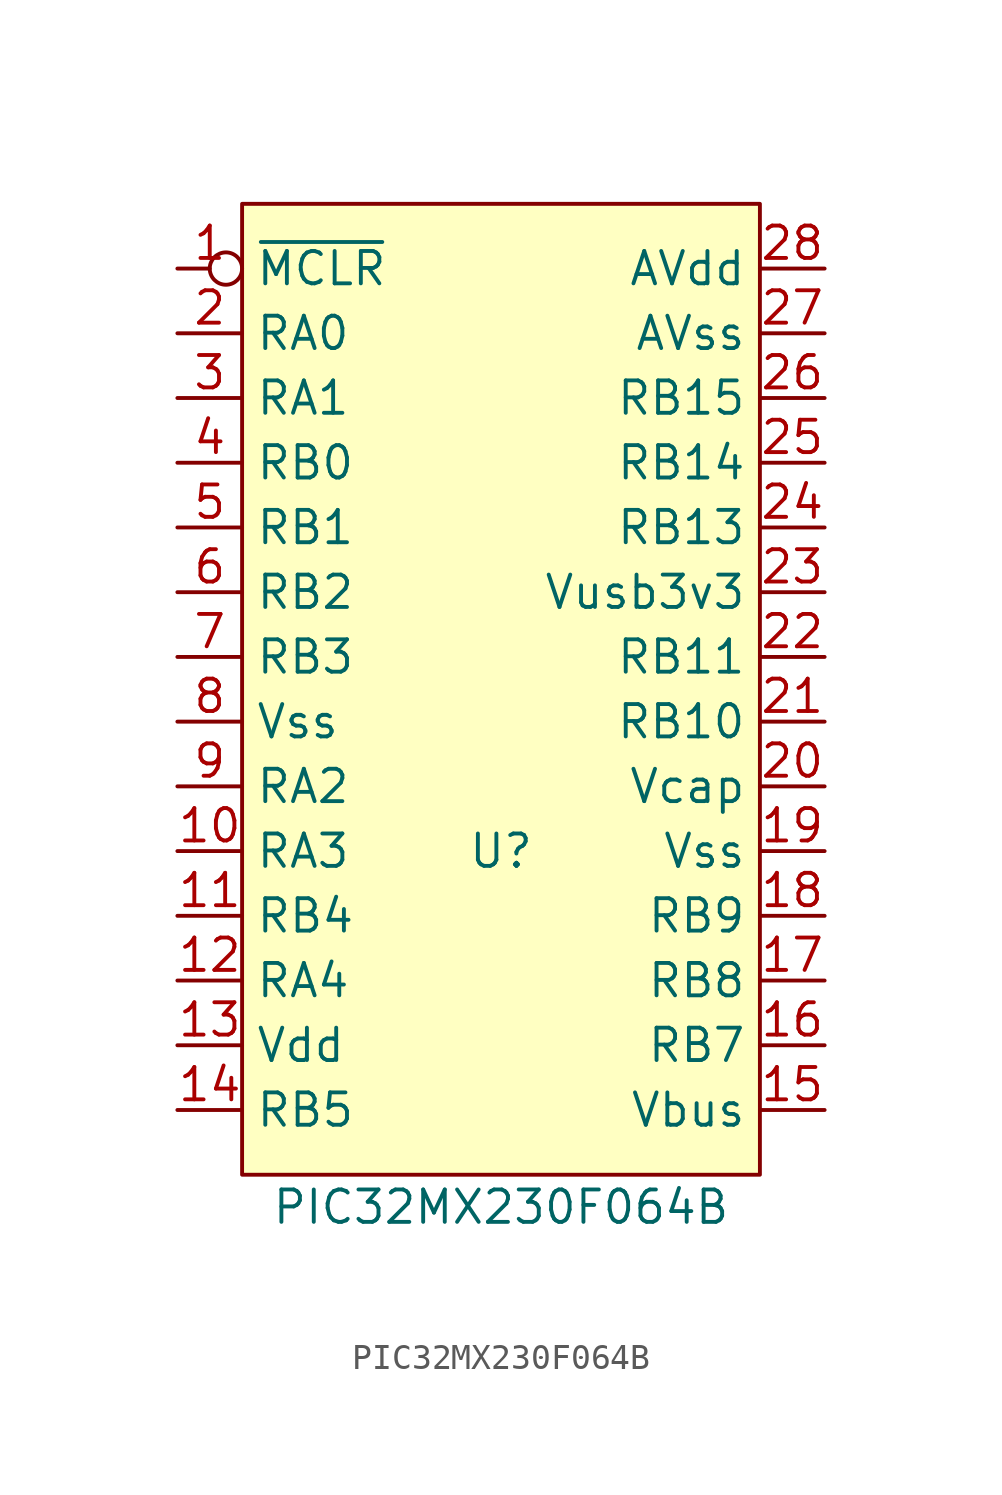
<source format=kicad_sym>
(kicad_symbol_lib
  (version 20211014)
  (generator kicad_symbol_editor)
  (symbol "PIC32MX230F064B"
    (property "Reference" "U"
      (at 0 -6.35 0)
      (effects (font (size 1.27 1.27))))
    (property "Value" "PIC32MX230F064B"
      (at 0 -20.32 0)
      (effects (font (size 1.27 1.27))))
    (symbol "PIC32MX230F064B_0_1"
      (rectangle (start -10.16 19.05) (end 10.16 -19.05) (stroke (width 0) (type default) (color 0 0 0 0)) (fill (type background))))
    (symbol "PIC32MX230F064B_1_1"
      (pin input inverted (at -12.7 16.51 0) (length 2.54) (name "~{MCLR}" (effects (font (size 1.27 1.27)))) (number "1" (effects (font (size 1.27 1.27)))))
      (pin bidirectional line (at -12.7 -6.35 0) (length 2.54) (name "RA3" (effects (font (size 1.27 1.27)))) (number "10" (effects (font (size 1.27 1.27)))))
      (pin bidirectional line (at -12.7 -8.89 0) (length 2.54) (name "RB4" (effects (font (size 1.27 1.27)))) (number "11" (effects (font (size 1.27 1.27)))))
      (pin bidirectional line (at -12.7 -11.43 0) (length 2.54) (name "RA4" (effects (font (size 1.27 1.27)))) (number "12" (effects (font (size 1.27 1.27)))))
      (pin power_in line (at -12.7 -13.97 0) (length 2.54) (name "Vdd" (effects (font (size 1.27 1.27)))) (number "13" (effects (font (size 1.27 1.27)))))
      (pin bidirectional line (at -12.7 -16.51 0) (length 2.54) (name "RB5" (effects (font (size 1.27 1.27)))) (number "14" (effects (font (size 1.27 1.27)))))
      (pin power_in line (at 12.7 -16.51 180) (length 2.54) (name "Vbus" (effects (font (size 1.27 1.27)))) (number "15" (effects (font (size 1.27 1.27)))))
      (pin bidirectional line (at 12.7 -13.97 180) (length 2.54) (name "RB7" (effects (font (size 1.27 1.27)))) (number "16" (effects (font (size 1.27 1.27)))))
      (pin bidirectional line (at 12.7 -11.43 180) (length 2.54) (name "RB8" (effects (font (size 1.27 1.27)))) (number "17" (effects (font (size 1.27 1.27)))))
      (pin bidirectional line (at 12.7 -8.89 180) (length 2.54) (name "RB9" (effects (font (size 1.27 1.27)))) (number "18" (effects (font (size 1.27 1.27)))))
      (pin power_in line (at 12.7 -6.35 180) (length 2.54) (name "Vss" (effects (font (size 1.27 1.27)))) (number "19" (effects (font (size 1.27 1.27)))))
      (pin bidirectional line (at -12.7 13.97 0) (length 2.54) (name "RA0" (effects (font (size 1.27 1.27)))) (number "2" (effects (font (size 1.27 1.27)))))
      (pin power_in line (at 12.7 -3.81 180) (length 2.54) (name "Vcap" (effects (font (size 1.27 1.27)))) (number "20" (effects (font (size 1.27 1.27)))))
      (pin bidirectional line (at 12.7 -1.27 180) (length 2.54) (name "RB10" (effects (font (size 1.27 1.27)))) (number "21" (effects (font (size 1.27 1.27)))))
      (pin bidirectional line (at 12.7 1.27 180) (length 2.54) (name "RB11" (effects (font (size 1.27 1.27)))) (number "22" (effects (font (size 1.27 1.27)))))
      (pin power_in line (at 12.7 3.81 180) (length 2.54) (name "Vusb3v3" (effects (font (size 1.27 1.27)))) (number "23" (effects (font (size 1.27 1.27)))))
      (pin bidirectional line (at 12.7 6.35 180) (length 2.54) (name "RB13" (effects (font (size 1.27 1.27)))) (number "24" (effects (font (size 1.27 1.27)))))
      (pin bidirectional line (at 12.7 8.89 180) (length 2.54) (name "RB14" (effects (font (size 1.27 1.27)))) (number "25" (effects (font (size 1.27 1.27)))))
      (pin bidirectional line (at 12.7 11.43 180) (length 2.54) (name "RB15" (effects (font (size 1.27 1.27)))) (number "26" (effects (font (size 1.27 1.27)))))
      (pin power_in line (at 12.7 13.97 180) (length 2.54) (name "AVss" (effects (font (size 1.27 1.27)))) (number "27" (effects (font (size 1.27 1.27)))))
      (pin power_in line (at 12.7 16.51 180) (length 2.54) (name "AVdd" (effects (font (size 1.27 1.27)))) (number "28" (effects (font (size 1.27 1.27)))))
      (pin bidirectional line (at -12.7 11.43 0) (length 2.54) (name "RA1" (effects (font (size 1.27 1.27)))) (number "3" (effects (font (size 1.27 1.27)))))
      (pin bidirectional line (at -12.7 8.89 0) (length 2.54) (name "RB0" (effects (font (size 1.27 1.27)))) (number "4" (effects (font (size 1.27 1.27)))))
      (pin bidirectional line (at -12.7 6.35 0) (length 2.54) (name "RB1" (effects (font (size 1.27 1.27)))) (number "5" (effects (font (size 1.27 1.27)))))
      (pin bidirectional line (at -12.7 3.81 0) (length 2.54) (name "RB2" (effects (font (size 1.27 1.27)))) (number "6" (effects (font (size 1.27 1.27)))))
      (pin bidirectional line (at -12.7 1.27 0) (length 2.54) (name "RB3" (effects (font (size 1.27 1.27)))) (number "7" (effects (font (size 1.27 1.27)))))
      (pin power_in line (at -12.7 -1.27 0) (length 2.54) (name "Vss" (effects (font (size 1.27 1.27)))) (number "8" (effects (font (size 1.27 1.27)))))
      (pin bidirectional line (at -12.7 -3.81 0) (length 2.54) (name "RA2" (effects (font (size 1.27 1.27)))) (number "9" (effects (font (size 1.27 1.27))))))))
</source>
